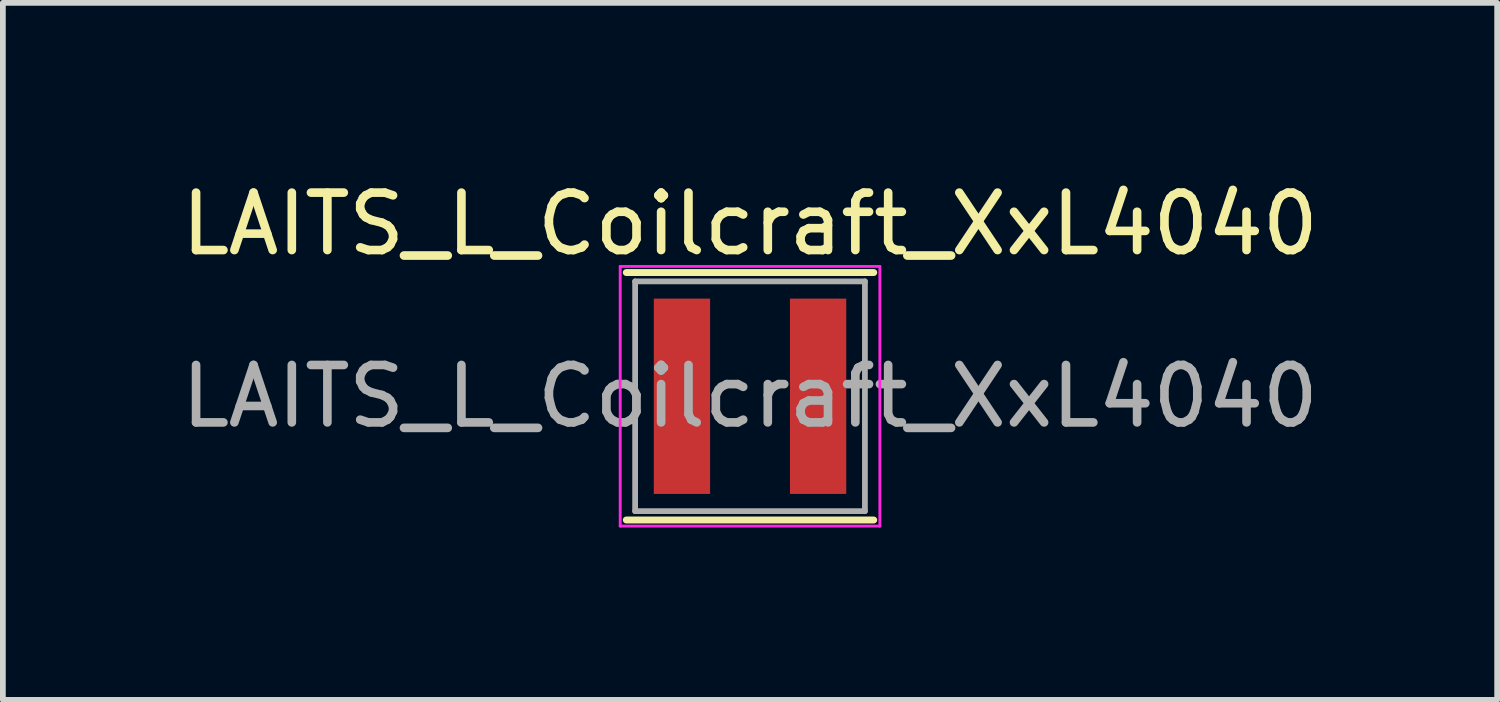
<source format=kicad_pcb>
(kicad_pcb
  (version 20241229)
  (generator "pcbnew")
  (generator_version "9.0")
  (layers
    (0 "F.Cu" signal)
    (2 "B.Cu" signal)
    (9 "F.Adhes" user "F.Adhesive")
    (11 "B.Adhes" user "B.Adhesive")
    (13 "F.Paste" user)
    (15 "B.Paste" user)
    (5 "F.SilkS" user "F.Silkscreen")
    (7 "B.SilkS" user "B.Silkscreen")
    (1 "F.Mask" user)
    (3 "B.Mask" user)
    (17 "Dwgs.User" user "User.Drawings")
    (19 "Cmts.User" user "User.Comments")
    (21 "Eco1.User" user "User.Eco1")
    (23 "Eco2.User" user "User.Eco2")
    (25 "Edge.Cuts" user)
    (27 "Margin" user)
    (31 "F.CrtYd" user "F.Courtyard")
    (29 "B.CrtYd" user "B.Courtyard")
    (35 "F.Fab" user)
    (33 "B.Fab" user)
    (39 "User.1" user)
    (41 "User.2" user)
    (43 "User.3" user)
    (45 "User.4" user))
  (footprint "LAITS_L_Coilcraft_XxL4040"
    (layer "F.Cu")
    (at 10.006 3.848)
    (property "Reference" "LAITS_L_Coilcraft_XxL4040" (at 0 -3 0) (layer "F.SilkS") (effects (font (size 1 1) (thickness 0.15))))
    (attr smd)
    (fp_line (start -2.154 -2.154) (end 2.154 -2.154) (stroke (width 0.12) (type solid)) (layer "F.SilkS"))
    (fp_line (start 2.154 2.154) (end -2.154 2.154) (stroke (width 0.12) (type solid)) (layer "F.SilkS"))
    (fp_line (start -2.26 -2.26) (end 2.26 -2.26) (stroke (width 0.05) (type solid)) (layer "F.CrtYd"))
    (fp_line (start -2.26 2.26) (end -2.26 -2.26) (stroke (width 0.05) (type solid)) (layer "F.CrtYd"))
    (fp_line (start 2.26 -2.26) (end 2.26 2.26) (stroke (width 0.05) (type solid)) (layer "F.CrtYd"))
    (fp_line (start 2.26 2.26) (end -2.26 2.26) (stroke (width 0.05) (type solid)) (layer "F.CrtYd"))
    (fp_line (start -2 -2) (end 2 -2) (stroke (width 0.1) (type solid)) (layer "F.Fab"))
    (fp_line (start -2 2) (end -2 -2) (stroke (width 0.1) (type solid)) (layer "F.Fab"))
    (fp_line (start 2 -2) (end 2 2) (stroke (width 0.1) (type solid)) (layer "F.Fab"))
    (fp_line (start 2 2) (end -2 2) (stroke (width 0.1) (type solid)) (layer "F.Fab"))
    (fp_text user "${REFERENCE}" (at 0 0 0) (layer "F.Fab") (effects (font (size 1 1) (thickness 0.15))))
    (pad "1" smd rect (at -1.185 0) (size 0.98 3.4) (layers "F.Cu" "F.Mask" "F.Paste"))
    (pad "2" smd rect (at 1.185 0) (size 0.98 3.4) (layers "F.Cu" "F.Mask" "F.Paste")))
  (gr_rect
    (start -3 -3)
    (end 23.012 9.133)
    (stroke (width 0.1) (type default))
    (fill no)
    (layer "Edge.Cuts")))
</source>
